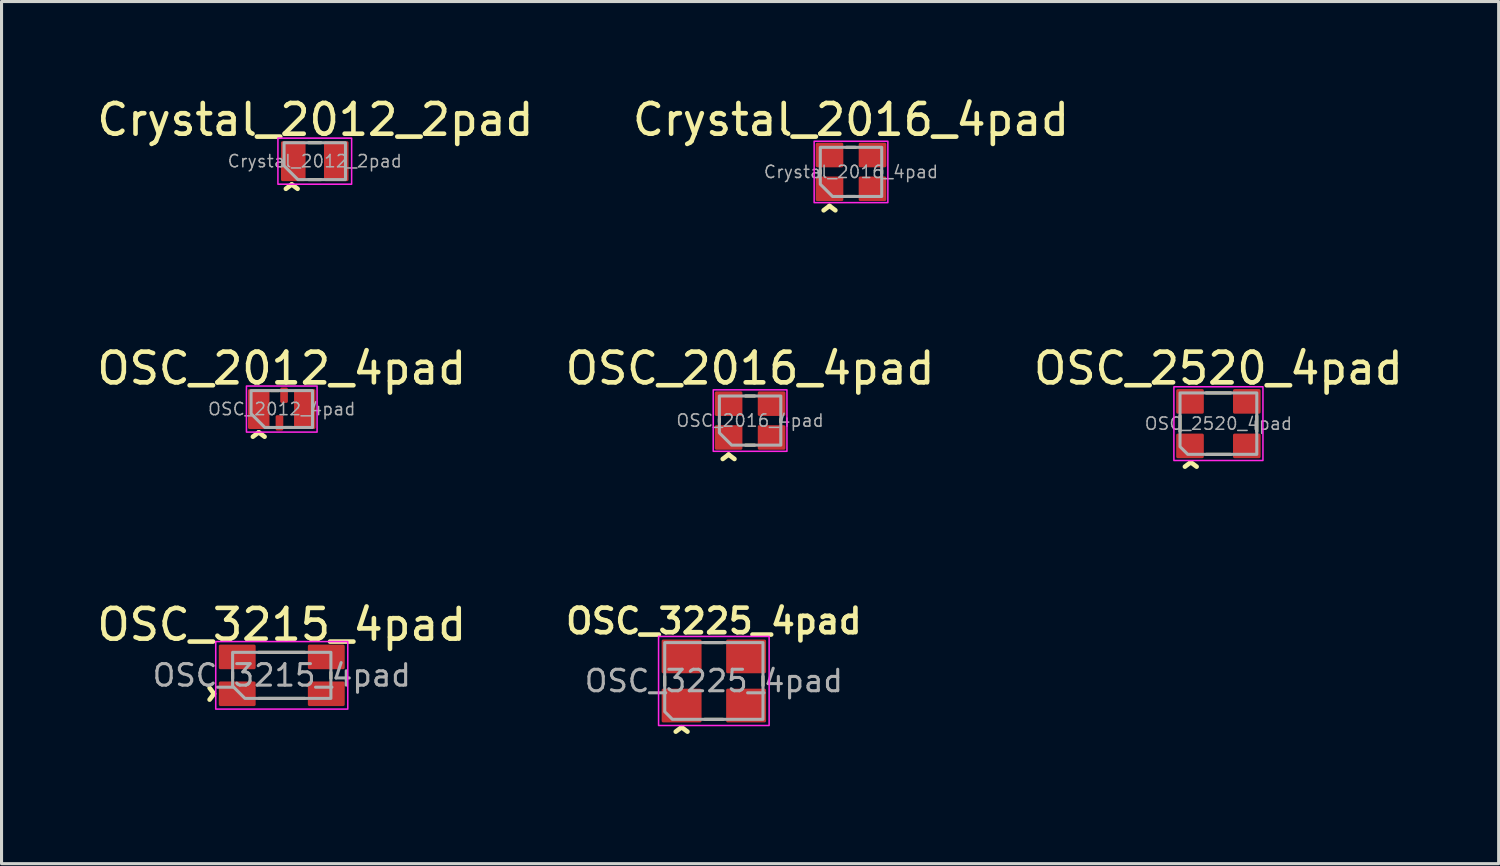
<source format=kicad_pcb>
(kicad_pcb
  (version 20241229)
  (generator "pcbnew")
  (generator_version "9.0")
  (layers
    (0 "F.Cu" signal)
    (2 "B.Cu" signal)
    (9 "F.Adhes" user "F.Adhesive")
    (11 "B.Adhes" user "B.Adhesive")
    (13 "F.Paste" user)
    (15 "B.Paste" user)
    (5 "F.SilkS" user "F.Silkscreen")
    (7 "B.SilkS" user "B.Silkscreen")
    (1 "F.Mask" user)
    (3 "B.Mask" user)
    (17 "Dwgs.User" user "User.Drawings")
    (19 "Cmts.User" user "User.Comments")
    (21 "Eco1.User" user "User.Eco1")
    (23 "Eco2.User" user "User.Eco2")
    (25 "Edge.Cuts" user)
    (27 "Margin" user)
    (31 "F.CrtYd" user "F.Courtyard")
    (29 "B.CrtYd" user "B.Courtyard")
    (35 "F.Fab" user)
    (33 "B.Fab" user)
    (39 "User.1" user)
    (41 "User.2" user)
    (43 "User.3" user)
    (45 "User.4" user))
  (footprint "OSC_3225_4pad"
    (layer "F.Cu")
    (at 20.195 19.124)
    (property "Reference" "OSC_3225_4pad" (at 0 -1.95 0) (layer "F.SilkS") (effects (font (size 0.8 0.8) (thickness 0.15))))
    (attr smd)
    (fp_line (start -1.6 -0.15) (end -1.6 0.15) (stroke (width 0.1) (type solid)) (layer "F.SilkS"))
    (fp_line (start -0.3 1.25) (end 0.3 1.25) (stroke (width 0.1) (type solid)) (layer "F.SilkS"))
    (fp_line (start 0.3 -1.25) (end -0.3 -1.25) (stroke (width 0.1) (type solid)) (layer "F.SilkS"))
    (fp_line (start 1.6 -0.15) (end 1.6 0.15) (stroke (width 0.1) (type solid)) (layer "F.SilkS"))
    (fp_rect (start -1.8 -1.45) (end 1.8 1.45) (stroke (width 0.05) (type solid)) (fill no) (layer "F.CrtYd"))
    (fp_poly (pts (xy -1.35 1.25) (xy -1.6 1) (xy -1.6 -1.25) (xy 1.6 -1.25) (xy 1.6 1.25)) (stroke (width 0.1) (type solid)) (fill no) (layer "F.Fab"))
    (fp_text user "^" (at -1.05 2.1 0) (unlocked yes) (layer "F.SilkS") (effects (font (size 1 1) (thickness 0.15))))
    (fp_text user "${REFERENCE}" (at 0 0 0) (layer "F.Fab") (effects (font (size 0.7 0.7) (thickness 0.1))))
    (pad "1" smd roundrect (at -1.05 0.8) (size 1.3 1.1) (layers "F.Cu" "F.Mask" "F.Paste") (roundrect_rratio 0.045))
    (pad "2" smd roundrect (at 1.05 0.8) (size 1.3 1.1) (layers "F.Cu" "F.Mask" "F.Paste") (roundrect_rratio 0.045))
    (pad "3" smd roundrect (at 1.05 -0.8) (size 1.3 1.1) (layers "F.Cu" "F.Mask" "F.Paste") (roundrect_rratio 0.045))
    (pad "4" smd roundrect (at -1.05 -0.8) (size 1.3 1.1) (layers "F.Cu" "F.Mask" "F.Paste") (roundrect_rratio 0.045)))
  (footprint "Crystal_2012_2pad"
    (layer "F.Cu")
    (at 7.2 2.198)
    (property "Reference" "Crystal_2012_2pad" (at 0.02 -1.35 0) (unlocked yes) (layer "F.SilkS") (effects (font (size 1 1) (thickness 0.15))))
    (attr smd)
    (fp_line (start -0.2 -0.6) (end 0.2 -0.6) (stroke (width 0.1) (type solid)) (layer "F.SilkS"))
    (fp_line (start -0.2 0.6) (end 0.2 0.6) (stroke (width 0.1) (type solid)) (layer "F.SilkS"))
    (fp_poly (pts (xy -0.5 -0.15) (xy -1 -0.15) (xy -1 -0.6) (xy -0.5 -0.6)) (stroke (width 0.01) (type solid)) (fill yes) (layer "F.Paste"))
    (fp_poly (pts (xy -0.5 0.6) (xy -1 0.6) (xy -1 0.15) (xy -0.5 0.15)) (stroke (width 0.01) (type solid)) (fill yes) (layer "F.Paste"))
    (fp_poly (pts (xy 1 -0.15) (xy 0.5 -0.15) (xy 0.5 -0.6) (xy 1 -0.6)) (stroke (width 0.01) (type solid)) (fill yes) (layer "F.Paste"))
    (fp_poly (pts (xy 1 0.6) (xy 0.5 0.6) (xy 0.5 0.15) (xy 1 0.15)) (stroke (width 0.01) (type solid)) (fill yes) (layer "F.Paste"))
    (fp_rect (start -1.2 -0.75) (end 1.2 0.75) (stroke (width 0.05) (type default)) (fill no) (layer "F.CrtYd"))
    (fp_poly (pts (xy -1 -0.6) (xy -1 0.15) (xy -0.55 0.6) (xy 1 0.6) (xy 1 -0.6)) (stroke (width 0.1) (type solid)) (fill no) (layer "F.Fab"))
    (fp_text user "^" (at -0.75 1.35 0) (unlocked yes) (layer "F.SilkS") (effects (font (size 1 1) (thickness 0.15))))
    (fp_text user "${REFERENCE}" (at 0 0 0) (unlocked yes) (layer "F.Fab") (effects (font (size 0.4 0.4) (thickness 0.05))))
    (pad "1" smd roundrect (at -0.7 0) (size 0.8 1.3) (layers "F.Cu" "F.Mask") (roundrect_rratio 0.062))
    (pad "2" smd roundrect (at 0.7 0) (size 0.8 1.3) (layers "F.Cu" "F.Mask") (roundrect_rratio 0.062)))
  (footprint "OSC_3215_4pad"
    (layer "F.Cu")
    (at 6.125 18.941)
    (property "Reference" "OSC_3215_4pad" (at 0 -1.65 0) (unlocked yes) (layer "F.SilkS") (effects (font (size 1 1) (thickness 0.15))))
    (attr smd)
    (fp_line (start -1.6 -0.1) (end -1.6 0.1) (stroke (width 0.1) (type solid)) (layer "F.SilkS"))
    (fp_line (start -0.75 -0.75) (end 0.75 -0.75) (stroke (width 0.1) (type solid)) (layer "F.SilkS"))
    (fp_line (start 0.75 0.75) (end -0.75 0.75) (stroke (width 0.1) (type solid)) (layer "F.SilkS"))
    (fp_line (start 1.6 -0.1) (end 1.6 0.1) (stroke (width 0.1) (type solid)) (layer "F.SilkS"))
    (fp_rect (start -2.15 -1.1) (end 2.15 1.1) (stroke (width 0.05) (type solid)) (fill no) (layer "F.CrtYd"))
    (fp_poly (pts (xy -1.2 0.75) (xy 1.6 0.75) (xy 1.6 -0.75) (xy -1.6 -0.75) (xy -1.6 0.35)) (stroke (width 0.1) (type solid)) (fill no) (layer "F.Fab"))
    (fp_text user "^" (at -2.8 0.6 270) (unlocked yes) (layer "F.SilkS") (effects (font (size 1 1) (thickness 0.15))))
    (fp_text user "${REFERENCE}" (at 0 0 0) (unlocked yes) (layer "F.Fab") (effects (font (size 0.7 0.7) (thickness 0.1))))
    (pad "1" smd roundrect (at -1.45 0.6) (size 1.2 0.8) (layers "F.Cu" "F.Mask" "F.Paste") (roundrect_rratio 0.062))
    (pad "2" smd roundrect (at 1.45 0.6) (size 1.2 0.8) (layers "F.Cu" "F.Mask" "F.Paste") (roundrect_rratio 0.062))
    (pad "3" smd roundrect (at 1.45 -0.6) (size 1.2 0.8) (layers "F.Cu" "F.Mask" "F.Paste") (roundrect_rratio 0.062))
    (pad "4" smd roundrect (at -1.45 -0.6) (size 1.2 0.8) (layers "F.Cu" "F.Mask" "F.Paste") (roundrect_rratio 0.062)))
  (footprint "Crystal_2016_4pad"
    (layer "F.Cu")
    (at 24.661 2.548)
    (property "Reference" "Crystal_2016_4pad" (at 0 -1.7 0) (layer "F.SilkS") (effects (font (size 1 1) (thickness 0.15))))
    (attr smd)
    (fp_line (start -1 -0.05) (end -1 0.05) (stroke (width 0.1) (type solid)) (layer "F.SilkS"))
    (fp_line (start 0.15 -0.8) (end -0.15 -0.8) (stroke (width 0.1) (type solid)) (layer "F.SilkS"))
    (fp_line (start 0.15 0.8) (end -0.15 0.8) (stroke (width 0.1) (type solid)) (layer "F.SilkS"))
    (fp_line (start 1 -0.05) (end 1 0.05) (stroke (width 0.1) (type solid)) (layer "F.SilkS"))
    (fp_rect (start 1.2 -1) (end -1.2 1) (stroke (width 0.05) (type default)) (fill no) (layer "F.CrtYd"))
    (fp_poly (pts (xy -1 0.4) (xy -0.6 0.8) (xy 1 0.8) (xy 1 -0.8) (xy -1 -0.8)) (stroke (width 0.1) (type solid)) (fill no) (layer "F.Fab"))
    (fp_text user "^" (at -0.7 1.7 0) (unlocked yes) (layer "F.SilkS") (effects (font (size 1 1) (thickness 0.15))))
    (fp_text user "${REFERENCE}" (at 0 0 0) (layer "F.Fab") (effects (font (size 0.4 0.4) (thickness 0.05))))
    (pad "1" smd roundrect (at -0.7 0.55) (size 0.9 0.8) (layers "F.Cu" "F.Mask" "F.Paste") (roundrect_rratio 0.062))
    (pad "2" smd roundrect (at 0.7 0.55) (size 0.9 0.8) (layers "F.Cu" "F.Mask" "F.Paste") (roundrect_rratio 0.062))
    (pad "3" smd roundrect (at 0.7 -0.55) (size 0.9 0.8) (layers "F.Cu" "F.Mask" "F.Paste") (roundrect_rratio 0.062))
    (pad "4" smd roundrect (at -0.7 -0.55) (size 0.9 0.8) (layers "F.Cu" "F.Mask" "F.Paste") (roundrect_rratio 0.062)))
  (footprint "OSC_2520_4pad"
    (layer "F.Cu")
    (at 36.625 10.745)
    (property "Reference" "OSC_2520_4pad" (at 0 -1.8 0) (layer "F.SilkS") (effects (font (size 1 1) (thickness 0.15))))
    (attr smd)
    (fp_line (start -1.25 -0.25) (end -1.25 0.25) (stroke (width 0.1) (type solid)) (layer "F.SilkS"))
    (fp_line (start 0.4 -1) (end -0.4 -1) (stroke (width 0.1) (type solid)) (layer "F.SilkS"))
    (fp_line (start 0.4 1) (end -0.4 1) (stroke (width 0.1) (type solid)) (layer "F.SilkS"))
    (fp_line (start 1.25 -0.25) (end 1.25 0.25) (stroke (width 0.1) (type solid)) (layer "F.SilkS"))
    (fp_rect (start -1.45 -1.2) (end 1.45 1.2) (stroke (width 0.05) (type default)) (fill no) (layer "F.CrtYd"))
    (fp_poly (pts (xy 1.25 -1) (xy 1.25 1) (xy -1 1) (xy -1.25 0.75) (xy -1.25 -1)) (stroke (width 0.1) (type solid)) (fill no) (layer "F.Fab"))
    (fp_text user "^" (at -0.9 1.85 0) (unlocked yes) (layer "F.SilkS") (effects (font (size 1 1) (thickness 0.15))))
    (fp_text user "${REFERENCE}" (at 0 0 0) (layer "F.Fab") (effects (font (size 0.4 0.4) (thickness 0.05))))
    (pad "1" smd roundrect (at -0.925 0.725) (size 0.9 0.8) (layers "F.Cu" "F.Mask" "F.Paste") (roundrect_rratio 0.062))
    (pad "2" smd roundrect (at 0.925 0.725) (size 0.9 0.8) (layers "F.Cu" "F.Mask" "F.Paste") (roundrect_rratio 0.062))
    (pad "3" smd roundrect (at 0.925 -0.725) (size 0.9 0.8) (layers "F.Cu" "F.Mask" "F.Paste") (roundrect_rratio 0.062))
    (pad "4" smd roundrect (at -0.925 -0.725) (size 0.9 0.8) (layers "F.Cu" "F.Mask" "F.Paste") (roundrect_rratio 0.062)))
  (footprint "OSC_2016_4pad"
    (layer "F.Cu")
    (at 21.375 10.645)
    (property "Reference" "OSC_2016_4pad" (at 0 -1.7 0) (layer "F.SilkS") (effects (font (size 1 1) (thickness 0.15))))
    (attr smd)
    (fp_line (start -1 -0.05) (end -1 0.05) (stroke (width 0.1) (type solid)) (layer "F.SilkS"))
    (fp_line (start 0.15 -0.8) (end -0.15 -0.8) (stroke (width 0.1) (type solid)) (layer "F.SilkS"))
    (fp_line (start 0.15 0.8) (end -0.15 0.8) (stroke (width 0.1) (type solid)) (layer "F.SilkS"))
    (fp_line (start 1 -0.05) (end 1 0.05) (stroke (width 0.1) (type solid)) (layer "F.SilkS"))
    (fp_rect (start 1.2 -1) (end -1.2 1) (stroke (width 0.05) (type default)) (fill no) (layer "F.CrtYd"))
    (fp_poly (pts (xy -0.6 0.8) (xy 1 0.8) (xy 1 -0.8) (xy -1 -0.8) (xy -1 0.4)) (stroke (width 0.1) (type solid)) (fill no) (layer "F.Fab"))
    (fp_text user "^" (at -0.7 1.7 0) (unlocked yes) (layer "F.SilkS") (effects (font (size 1 1) (thickness 0.15))))
    (fp_text user "${REFERENCE}" (at 0 0 0) (layer "F.Fab") (effects (font (size 0.4 0.4) (thickness 0.05))))
    (pad "1" smd roundrect (at -0.7 0.55) (size 0.9 0.8) (layers "F.Cu" "F.Mask" "F.Paste") (roundrect_rratio 0.062))
    (pad "2" smd roundrect (at 0.7 0.55) (size 0.9 0.8) (layers "F.Cu" "F.Mask" "F.Paste") (roundrect_rratio 0.062))
    (pad "3" smd roundrect (at 0.7 -0.55) (size 0.9 0.8) (layers "F.Cu" "F.Mask" "F.Paste") (roundrect_rratio 0.062))
    (pad "4" smd roundrect (at -0.7 -0.55) (size 0.9 0.8) (layers "F.Cu" "F.Mask" "F.Paste") (roundrect_rratio 0.062)))
  (footprint "OSC_2012_4pad"
    (layer "F.Cu")
    (at 6.125 10.27)
    (property "Reference" "OSC_2012_4pad" (at 0 -1.325 0) (unlocked yes) (layer "F.SilkS") (effects (font (size 1 1) (thickness 0.15))))
    (attr smd)
    (fp_line (start -0.35 -0.6) (end -0.1 -0.6) (stroke (width 0.1) (type solid)) (layer "F.SilkS"))
    (fp_line (start 0.1 0.6) (end 0.35 0.6) (stroke (width 0.1) (type solid)) (layer "F.SilkS"))
    (fp_poly (pts (xy -0.5 -0.15) (xy -1 -0.15) (xy -1 -0.6) (xy -0.5 -0.6)) (stroke (width 0.01) (type solid)) (fill yes) (layer "F.Paste"))
    (fp_poly (pts (xy -0.5 0.6) (xy -1 0.6) (xy -1 0.15) (xy -0.5 0.15)) (stroke (width 0.01) (type solid)) (fill yes) (layer "F.Paste"))
    (fp_poly (pts (xy 1 -0.15) (xy 0.5 -0.15) (xy 0.5 -0.6) (xy 1 -0.6)) (stroke (width 0.01) (type solid)) (fill yes) (layer "F.Paste"))
    (fp_poly (pts (xy 1 0.6) (xy 0.5 0.6) (xy 0.5 0.15) (xy 1 0.15)) (stroke (width 0.01) (type solid)) (fill yes) (layer "F.Paste"))
    (fp_rect (start 1.15 -0.75) (end -1.15 0.75) (stroke (width 0.05) (type solid)) (fill no) (layer "F.CrtYd"))
    (fp_poly (pts (xy 1 -0.6) (xy -1 -0.6) (xy -1 0.15) (xy -0.55 0.6) (xy 1 0.6)) (stroke (width 0.1) (type solid)) (fill no) (layer "F.Fab"))
    (fp_text user "^" (at -0.75 1.35 0) (unlocked yes) (layer "F.SilkS") (effects (font (size 1 1) (thickness 0.15))))
    (fp_text user "${REFERENCE}" (at 0 0 0) (unlocked yes) (layer "F.Fab") (effects (font (size 0.4 0.4) (thickness 0.05))))
    (pad "1" smd roundrect (at -0.75 0) (size 0.7 1.3) (layers "F.Cu" "F.Mask") (roundrect_rratio 0.071))
    (pad "2" smd roundrect (at -0.075 0.45) (size 0.25 0.5) (layers "F.Cu" "F.Mask" "F.Paste") (roundrect_rratio 0.2))
    (pad "3" smd roundrect (at 0.75 0) (size 0.7 1.3) (layers "F.Cu" "F.Mask") (roundrect_rratio 0.071))
    (pad "4" smd roundrect (at 0.075 -0.45) (size 0.25 0.5) (layers "F.Cu" "F.Mask" "F.Paste") (roundrect_rratio 0.2)))
  (gr_rect
    (start -3 -3)
    (end 45.75 25.073)
    (stroke (width 0.1) (type default))
    (fill no)
    (layer "Edge.Cuts")))
</source>
